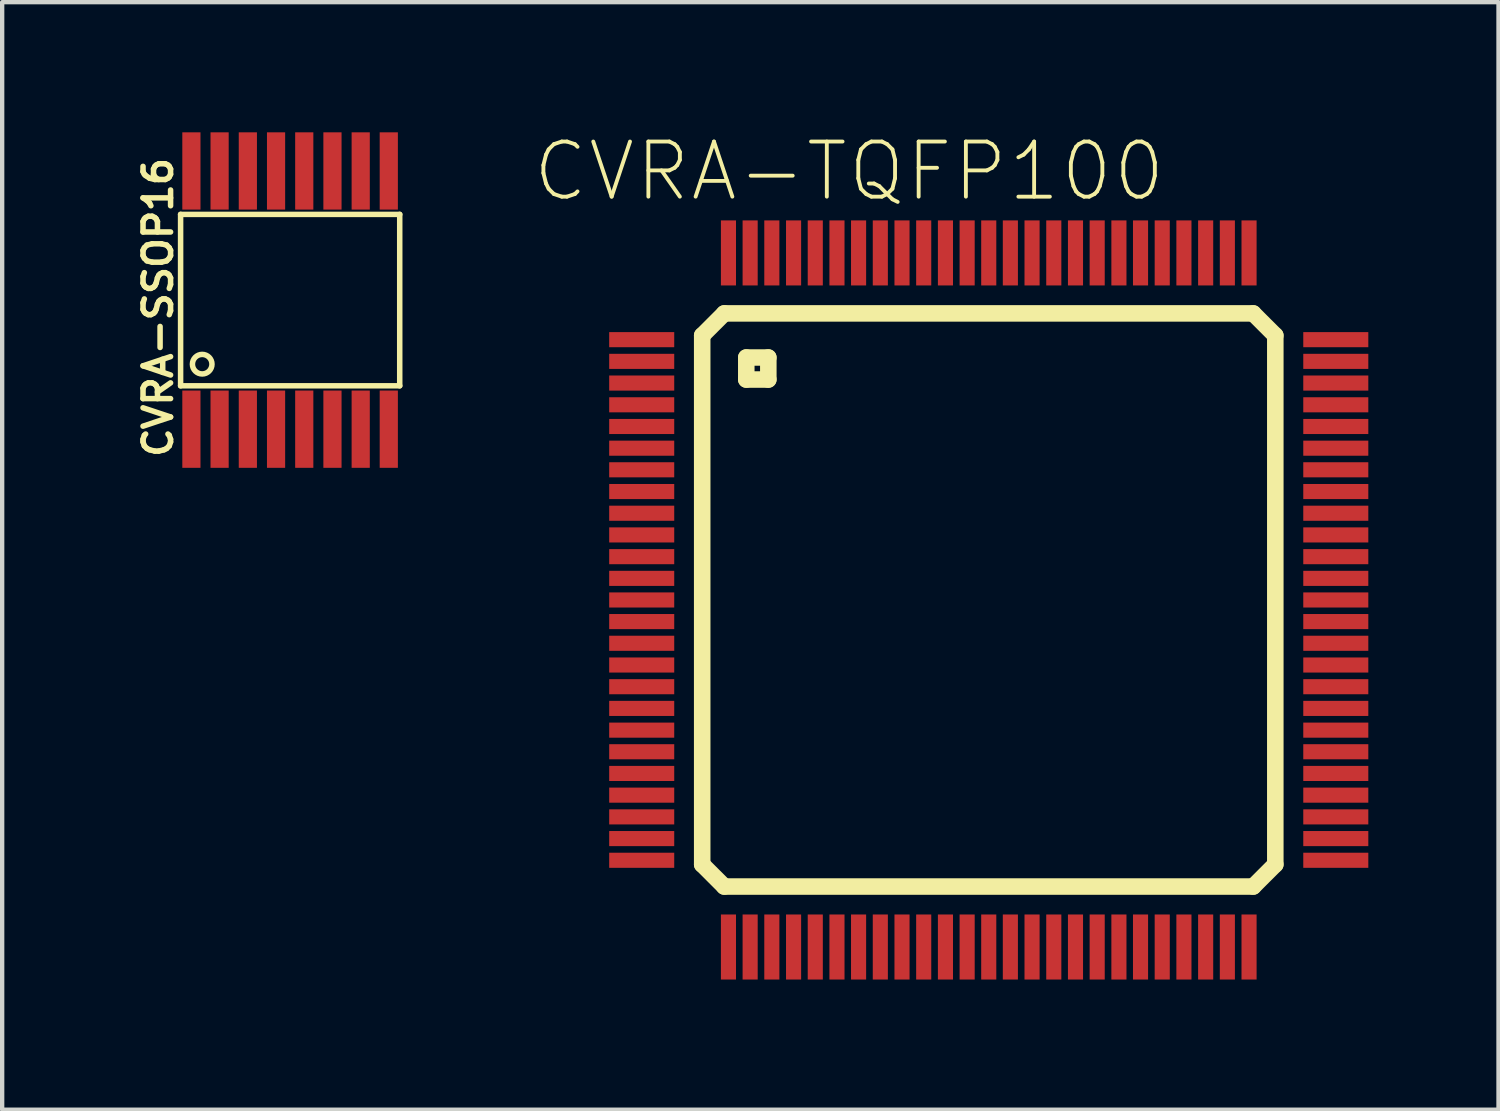
<source format=kicad_pcb>
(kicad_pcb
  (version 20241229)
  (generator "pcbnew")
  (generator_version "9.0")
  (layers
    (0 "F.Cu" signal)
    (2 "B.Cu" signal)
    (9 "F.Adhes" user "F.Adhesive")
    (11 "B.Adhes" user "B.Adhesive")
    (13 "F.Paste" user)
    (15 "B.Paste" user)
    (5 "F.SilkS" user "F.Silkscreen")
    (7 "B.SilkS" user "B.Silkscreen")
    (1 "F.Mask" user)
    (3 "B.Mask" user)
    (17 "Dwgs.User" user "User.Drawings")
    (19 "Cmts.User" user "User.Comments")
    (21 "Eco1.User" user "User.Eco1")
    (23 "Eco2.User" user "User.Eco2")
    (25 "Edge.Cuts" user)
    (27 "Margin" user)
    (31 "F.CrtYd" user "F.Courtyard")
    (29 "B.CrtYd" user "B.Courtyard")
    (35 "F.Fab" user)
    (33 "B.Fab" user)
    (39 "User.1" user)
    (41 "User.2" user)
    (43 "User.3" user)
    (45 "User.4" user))
  (footprint "CVRA-SSOP16"
    (layer "F.Cu")
    (at 3.637 3.867)
    (property "Reference" "CVRA-SSOP16" (at -3.043 0.168 90) (layer "F.SilkS") (effects (font (size 0.635 0.635) (thickness 0.127))))
    (attr smd)
    (fp_line (start -2.525 -1.976) (end 2.525 -1.976) (stroke (width 0.127) (type solid)) (layer "F.SilkS"))
    (fp_line (start -2.525 1.974) (end -2.525 -1.976) (stroke (width 0.127) (type solid)) (layer "F.SilkS"))
    (fp_line (start -2.525 1.974) (end 2.525 1.974) (stroke (width 0.127) (type solid)) (layer "F.SilkS"))
    (fp_line (start 2.525 1.974) (end 2.525 -1.976) (stroke (width 0.127) (type solid)) (layer "F.SilkS"))
    (fp_circle (center -2.027 1.476) (end -1.826 1.374) (stroke (width 0.127) (type solid)) (fill no) (layer "F.SilkS"))
    (pad "1" smd rect (at -2.276 2.974) (size 0.419 1.781) (layers "F.Cu" "F.Mask" "F.Paste"))
    (pad "2" smd rect (at -1.626 2.974) (size 0.419 1.781) (layers "F.Cu" "F.Mask" "F.Paste"))
    (pad "3" smd rect (at -0.975 2.974) (size 0.419 1.781) (layers "F.Cu" "F.Mask" "F.Paste"))
    (pad "4" smd rect (at -0.325 2.974) (size 0.419 1.781) (layers "F.Cu" "F.Mask" "F.Paste"))
    (pad "5" smd rect (at 0.325 2.974) (size 0.419 1.781) (layers "F.Cu" "F.Mask" "F.Paste"))
    (pad "6" smd rect (at 0.975 2.974) (size 0.419 1.781) (layers "F.Cu" "F.Mask" "F.Paste"))
    (pad "7" smd rect (at 1.626 2.974) (size 0.419 1.781) (layers "F.Cu" "F.Mask" "F.Paste"))
    (pad "8" smd rect (at 2.273 2.974) (size 0.419 1.781) (layers "F.Cu" "F.Mask" "F.Paste"))
    (pad "9" smd rect (at 2.273 -2.977) (size 0.419 1.781) (layers "F.Cu" "F.Mask" "F.Paste"))
    (pad "10" smd rect (at 1.626 -2.977) (size 0.419 1.781) (layers "F.Cu" "F.Mask" "F.Paste"))
    (pad "11" smd rect (at 0.975 -2.977) (size 0.419 1.781) (layers "F.Cu" "F.Mask" "F.Paste"))
    (pad "12" smd rect (at 0.325 -2.977) (size 0.419 1.781) (layers "F.Cu" "F.Mask" "F.Paste"))
    (pad "13" smd rect (at -0.325 -2.977) (size 0.419 1.781) (layers "F.Cu" "F.Mask" "F.Paste"))
    (pad "14" smd rect (at -0.975 -2.977) (size 0.419 1.781) (layers "F.Cu" "F.Mask" "F.Paste"))
    (pad "15" smd rect (at -1.626 -2.977) (size 0.419 1.781) (layers "F.Cu" "F.Mask" "F.Paste"))
    (pad "16" smd rect (at -2.276 -2.977) (size 0.419 1.781) (layers "F.Cu" "F.Mask" "F.Paste")))
  (footprint "CVRA-TQFP100"
    (layer "F.Cu")
    (at 19.737 10.777)
    (property "Reference" "CVRA-TQFP100" (at -3.218 -9.878 0) (layer "F.SilkS") (effects (font (size 1.27 1.27) (thickness 0.089))))
    (attr smd)
    (fp_line (start -6.604 -6.096) (end -6.096 -6.604) (stroke (width 0.381) (type solid)) (layer "F.SilkS"))
    (fp_line (start -6.604 6.096) (end -6.604 -6.096) (stroke (width 0.381) (type solid)) (layer "F.SilkS"))
    (fp_line (start -6.096 -6.604) (end 6.096 -6.604) (stroke (width 0.381) (type solid)) (layer "F.SilkS"))
    (fp_line (start -6.096 6.604) (end -6.604 6.096) (stroke (width 0.381) (type solid)) (layer "F.SilkS"))
    (fp_line (start -5.588 -5.588) (end -5.08 -5.588) (stroke (width 0.381) (type solid)) (layer "F.SilkS"))
    (fp_line (start -5.588 -5.08) (end -5.588 -5.588) (stroke (width 0.381) (type solid)) (layer "F.SilkS"))
    (fp_line (start -5.08 -5.588) (end -5.08 -5.08) (stroke (width 0.381) (type solid)) (layer "F.SilkS"))
    (fp_line (start -5.08 -5.08) (end -5.588 -5.08) (stroke (width 0.381) (type solid)) (layer "F.SilkS"))
    (fp_line (start 6.096 -6.604) (end 6.604 -6.096) (stroke (width 0.381) (type solid)) (layer "F.SilkS"))
    (fp_line (start 6.096 6.604) (end -6.096 6.604) (stroke (width 0.381) (type solid)) (layer "F.SilkS"))
    (fp_line (start 6.604 -6.096) (end 6.604 6.096) (stroke (width 0.381) (type solid)) (layer "F.SilkS"))
    (fp_line (start 6.604 6.096) (end 6.096 6.604) (stroke (width 0.381) (type solid)) (layer "F.SilkS"))
    (pad "1" smd rect (at -7.998 -5.999) (size 1.499 0.348) (layers "F.Cu" "F.Mask" "F.Paste"))
    (pad "2" smd rect (at -7.998 -5.499) (size 1.499 0.348) (layers "F.Cu" "F.Mask" "F.Paste"))
    (pad "3" smd rect (at -7.998 -4.999) (size 1.499 0.348) (layers "F.Cu" "F.Mask" "F.Paste"))
    (pad "4" smd rect (at -7.998 -4.498) (size 1.499 0.348) (layers "F.Cu" "F.Mask" "F.Paste"))
    (pad "5" smd rect (at -7.998 -3.998) (size 1.499 0.348) (layers "F.Cu" "F.Mask" "F.Paste"))
    (pad "6" smd rect (at -7.998 -3.498) (size 1.499 0.348) (layers "F.Cu" "F.Mask" "F.Paste"))
    (pad "7" smd rect (at -7.998 -3) (size 1.499 0.348) (layers "F.Cu" "F.Mask" "F.Paste"))
    (pad "8" smd rect (at -7.998 -2.499) (size 1.499 0.348) (layers "F.Cu" "F.Mask" "F.Paste"))
    (pad "9" smd rect (at -7.998 -1.999) (size 1.499 0.348) (layers "F.Cu" "F.Mask" "F.Paste"))
    (pad "10" smd rect (at -7.998 -1.499) (size 1.499 0.348) (layers "F.Cu" "F.Mask" "F.Paste"))
    (pad "11" smd rect (at -7.998 -0.998) (size 1.499 0.348) (layers "F.Cu" "F.Mask" "F.Paste"))
    (pad "12" smd rect (at -7.998 -0.498) (size 1.499 0.348) (layers "F.Cu" "F.Mask" "F.Paste"))
    (pad "13" smd rect (at -7.998 0) (size 1.499 0.348) (layers "F.Cu" "F.Mask" "F.Paste"))
    (pad "14" smd rect (at -7.998 0.498) (size 1.499 0.348) (layers "F.Cu" "F.Mask" "F.Paste"))
    (pad "15" smd rect (at -7.998 0.998) (size 1.499 0.348) (layers "F.Cu" "F.Mask" "F.Paste"))
    (pad "16" smd rect (at -7.998 1.499) (size 1.499 0.348) (layers "F.Cu" "F.Mask" "F.Paste"))
    (pad "17" smd rect (at -7.998 1.999) (size 1.499 0.348) (layers "F.Cu" "F.Mask" "F.Paste"))
    (pad "18" smd rect (at -7.998 2.499) (size 1.499 0.348) (layers "F.Cu" "F.Mask" "F.Paste"))
    (pad "19" smd rect (at -7.998 3) (size 1.499 0.348) (layers "F.Cu" "F.Mask" "F.Paste"))
    (pad "20" smd rect (at -7.998 3.498) (size 1.499 0.348) (layers "F.Cu" "F.Mask" "F.Paste"))
    (pad "21" smd rect (at -7.998 3.998) (size 1.499 0.348) (layers "F.Cu" "F.Mask" "F.Paste"))
    (pad "22" smd rect (at -7.998 4.498) (size 1.499 0.348) (layers "F.Cu" "F.Mask" "F.Paste"))
    (pad "23" smd rect (at -7.998 4.999) (size 1.499 0.348) (layers "F.Cu" "F.Mask" "F.Paste"))
    (pad "24" smd rect (at -7.998 5.499) (size 1.499 0.348) (layers "F.Cu" "F.Mask" "F.Paste"))
    (pad "25" smd rect (at -7.998 5.999) (size 1.499 0.348) (layers "F.Cu" "F.Mask" "F.Paste"))
    (pad "26" smd rect (at -5.999 7.998) (size 0.348 1.499) (layers "F.Cu" "F.Mask" "F.Paste"))
    (pad "27" smd rect (at -5.499 7.998) (size 0.348 1.499) (layers "F.Cu" "F.Mask" "F.Paste"))
    (pad "28" smd rect (at -4.999 7.998) (size 0.348 1.499) (layers "F.Cu" "F.Mask" "F.Paste"))
    (pad "29" smd rect (at -4.498 7.998) (size 0.348 1.499) (layers "F.Cu" "F.Mask" "F.Paste"))
    (pad "30" smd rect (at -3.998 7.998) (size 0.348 1.499) (layers "F.Cu" "F.Mask" "F.Paste"))
    (pad "31" smd rect (at -3.498 7.998) (size 0.348 1.499) (layers "F.Cu" "F.Mask" "F.Paste"))
    (pad "32" smd rect (at -3 7.998) (size 0.348 1.499) (layers "F.Cu" "F.Mask" "F.Paste"))
    (pad "33" smd rect (at -2.499 7.998) (size 0.348 1.499) (layers "F.Cu" "F.Mask" "F.Paste"))
    (pad "34" smd rect (at -1.999 7.998) (size 0.348 1.499) (layers "F.Cu" "F.Mask" "F.Paste"))
    (pad "35" smd rect (at -1.499 7.998) (size 0.348 1.499) (layers "F.Cu" "F.Mask" "F.Paste"))
    (pad "36" smd rect (at -0.998 7.998) (size 0.348 1.499) (layers "F.Cu" "F.Mask" "F.Paste"))
    (pad "37" smd rect (at -0.498 7.998) (size 0.348 1.499) (layers "F.Cu" "F.Mask" "F.Paste"))
    (pad "38" smd rect (at 0 7.998) (size 0.348 1.499) (layers "F.Cu" "F.Mask" "F.Paste"))
    (pad "39" smd rect (at 0.498 7.998) (size 0.348 1.499) (layers "F.Cu" "F.Mask" "F.Paste"))
    (pad "40" smd rect (at 0.998 7.998) (size 0.348 1.499) (layers "F.Cu" "F.Mask" "F.Paste"))
    (pad "41" smd rect (at 1.499 7.998) (size 0.348 1.499) (layers "F.Cu" "F.Mask" "F.Paste"))
    (pad "42" smd rect (at 1.999 7.998) (size 0.348 1.499) (layers "F.Cu" "F.Mask" "F.Paste"))
    (pad "43" smd rect (at 2.499 7.998) (size 0.348 1.499) (layers "F.Cu" "F.Mask" "F.Paste"))
    (pad "44" smd rect (at 3 7.998) (size 0.348 1.499) (layers "F.Cu" "F.Mask" "F.Paste"))
    (pad "45" smd rect (at 3.498 7.998) (size 0.348 1.499) (layers "F.Cu" "F.Mask" "F.Paste"))
    (pad "46" smd rect (at 3.998 7.998) (size 0.348 1.499) (layers "F.Cu" "F.Mask" "F.Paste"))
    (pad "47" smd rect (at 4.498 7.998) (size 0.348 1.499) (layers "F.Cu" "F.Mask" "F.Paste"))
    (pad "48" smd rect (at 4.999 7.998) (size 0.348 1.499) (layers "F.Cu" "F.Mask" "F.Paste"))
    (pad "49" smd rect (at 5.499 7.998) (size 0.348 1.499) (layers "F.Cu" "F.Mask" "F.Paste"))
    (pad "50" smd rect (at 5.999 7.998) (size 0.348 1.499) (layers "F.Cu" "F.Mask" "F.Paste"))
    (pad "51" smd rect (at 7.998 5.999) (size 1.499 0.348) (layers "F.Cu" "F.Mask" "F.Paste"))
    (pad "52" smd rect (at 7.998 5.499) (size 1.499 0.348) (layers "F.Cu" "F.Mask" "F.Paste"))
    (pad "53" smd rect (at 7.998 4.999) (size 1.499 0.348) (layers "F.Cu" "F.Mask" "F.Paste"))
    (pad "54" smd rect (at 7.998 4.498) (size 1.499 0.348) (layers "F.Cu" "F.Mask" "F.Paste"))
    (pad "55" smd rect (at 7.998 3.998) (size 1.499 0.348) (layers "F.Cu" "F.Mask" "F.Paste"))
    (pad "56" smd rect (at 7.998 3.498) (size 1.499 0.348) (layers "F.Cu" "F.Mask" "F.Paste"))
    (pad "57" smd rect (at 7.998 3) (size 1.499 0.348) (layers "F.Cu" "F.Mask" "F.Paste"))
    (pad "58" smd rect (at 7.998 2.499) (size 1.499 0.348) (layers "F.Cu" "F.Mask" "F.Paste"))
    (pad "59" smd rect (at 7.998 1.999) (size 1.499 0.348) (layers "F.Cu" "F.Mask" "F.Paste"))
    (pad "60" smd rect (at 7.998 1.499) (size 1.499 0.348) (layers "F.Cu" "F.Mask" "F.Paste"))
    (pad "61" smd rect (at 7.998 0.998) (size 1.499 0.348) (layers "F.Cu" "F.Mask" "F.Paste"))
    (pad "62" smd rect (at 7.998 0.498) (size 1.499 0.348) (layers "F.Cu" "F.Mask" "F.Paste"))
    (pad "63" smd rect (at 7.998 0) (size 1.499 0.348) (layers "F.Cu" "F.Mask" "F.Paste"))
    (pad "64" smd rect (at 7.998 -0.498) (size 1.499 0.348) (layers "F.Cu" "F.Mask" "F.Paste"))
    (pad "65" smd rect (at 7.998 -0.998) (size 1.499 0.348) (layers "F.Cu" "F.Mask" "F.Paste"))
    (pad "66" smd rect (at 7.998 -1.499) (size 1.499 0.348) (layers "F.Cu" "F.Mask" "F.Paste"))
    (pad "67" smd rect (at 7.998 -1.999) (size 1.499 0.348) (layers "F.Cu" "F.Mask" "F.Paste"))
    (pad "68" smd rect (at 7.998 -2.499) (size 1.499 0.348) (layers "F.Cu" "F.Mask" "F.Paste"))
    (pad "69" smd rect (at 7.998 -3) (size 1.499 0.348) (layers "F.Cu" "F.Mask" "F.Paste"))
    (pad "70" smd rect (at 7.998 -3.498) (size 1.499 0.348) (layers "F.Cu" "F.Mask" "F.Paste"))
    (pad "71" smd rect (at 7.998 -3.998) (size 1.499 0.348) (layers "F.Cu" "F.Mask" "F.Paste"))
    (pad "72" smd rect (at 7.998 -4.498) (size 1.499 0.348) (layers "F.Cu" "F.Mask" "F.Paste"))
    (pad "73" smd rect (at 7.998 -4.999) (size 1.499 0.348) (layers "F.Cu" "F.Mask" "F.Paste"))
    (pad "74" smd rect (at 7.998 -5.499) (size 1.499 0.348) (layers "F.Cu" "F.Mask" "F.Paste"))
    (pad "75" smd rect (at 7.998 -5.999) (size 1.499 0.348) (layers "F.Cu" "F.Mask" "F.Paste"))
    (pad "76" smd rect (at 5.999 -7.998) (size 0.348 1.499) (layers "F.Cu" "F.Mask" "F.Paste"))
    (pad "77" smd rect (at 5.499 -7.998) (size 0.348 1.499) (layers "F.Cu" "F.Mask" "F.Paste"))
    (pad "78" smd rect (at 4.999 -7.998) (size 0.348 1.499) (layers "F.Cu" "F.Mask" "F.Paste"))
    (pad "79" smd rect (at 4.498 -7.998) (size 0.348 1.499) (layers "F.Cu" "F.Mask" "F.Paste"))
    (pad "80" smd rect (at 3.998 -7.998) (size 0.348 1.499) (layers "F.Cu" "F.Mask" "F.Paste"))
    (pad "81" smd rect (at 3.498 -7.998) (size 0.348 1.499) (layers "F.Cu" "F.Mask" "F.Paste"))
    (pad "82" smd rect (at 3 -7.998) (size 0.348 1.499) (layers "F.Cu" "F.Mask" "F.Paste"))
    (pad "83" smd rect (at 2.499 -7.998) (size 0.348 1.499) (layers "F.Cu" "F.Mask" "F.Paste"))
    (pad "84" smd rect (at 1.999 -7.998) (size 0.348 1.499) (layers "F.Cu" "F.Mask" "F.Paste"))
    (pad "85" smd rect (at 1.499 -7.998) (size 0.348 1.499) (layers "F.Cu" "F.Mask" "F.Paste"))
    (pad "86" smd rect (at 0.998 -7.998) (size 0.348 1.499) (layers "F.Cu" "F.Mask" "F.Paste"))
    (pad "87" smd rect (at 0.498 -7.998) (size 0.348 1.499) (layers "F.Cu" "F.Mask" "F.Paste"))
    (pad "88" smd rect (at 0 -7.998) (size 0.348 1.499) (layers "F.Cu" "F.Mask" "F.Paste"))
    (pad "89" smd rect (at -0.498 -7.998) (size 0.348 1.499) (layers "F.Cu" "F.Mask" "F.Paste"))
    (pad "90" smd rect (at -0.998 -7.998) (size 0.348 1.499) (layers "F.Cu" "F.Mask" "F.Paste"))
    (pad "91" smd rect (at -1.499 -7.998) (size 0.348 1.499) (layers "F.Cu" "F.Mask" "F.Paste"))
    (pad "92" smd rect (at -1.999 -7.998) (size 0.348 1.499) (layers "F.Cu" "F.Mask" "F.Paste"))
    (pad "93" smd rect (at -2.499 -7.998) (size 0.348 1.499) (layers "F.Cu" "F.Mask" "F.Paste"))
    (pad "94" smd rect (at -3 -7.998) (size 0.348 1.499) (layers "F.Cu" "F.Mask" "F.Paste"))
    (pad "95" smd rect (at -3.498 -7.998) (size 0.348 1.499) (layers "F.Cu" "F.Mask" "F.Paste"))
    (pad "96" smd rect (at -3.998 -7.998) (size 0.348 1.499) (layers "F.Cu" "F.Mask" "F.Paste"))
    (pad "97" smd rect (at -4.498 -7.998) (size 0.348 1.499) (layers "F.Cu" "F.Mask" "F.Paste"))
    (pad "98" smd rect (at -4.999 -7.998) (size 0.348 1.499) (layers "F.Cu" "F.Mask" "F.Paste"))
    (pad "99" smd rect (at -5.499 -7.998) (size 0.348 1.499) (layers "F.Cu" "F.Mask" "F.Paste"))
    (pad "100" smd rect (at -5.999 -7.998) (size 0.348 1.499) (layers "F.Cu" "F.Mask" "F.Paste")))
  (gr_rect
    (start -3 -3)
    (end 31.485 22.525)
    (stroke (width 0.1) (type default))
    (fill no)
    (layer "Edge.Cuts")))
</source>
